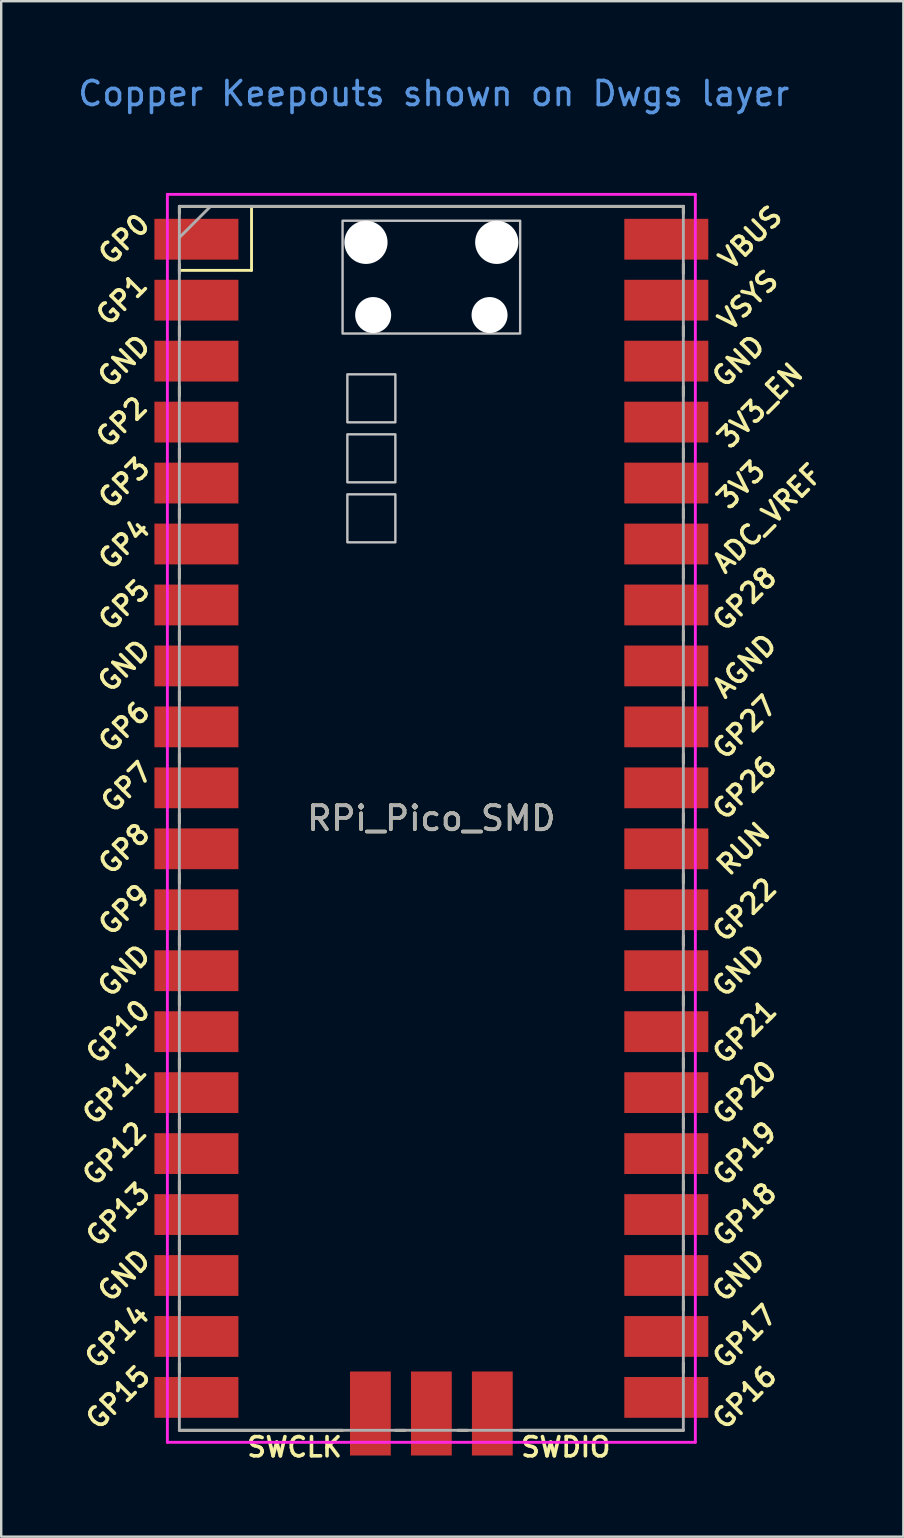
<source format=kicad_pcb>
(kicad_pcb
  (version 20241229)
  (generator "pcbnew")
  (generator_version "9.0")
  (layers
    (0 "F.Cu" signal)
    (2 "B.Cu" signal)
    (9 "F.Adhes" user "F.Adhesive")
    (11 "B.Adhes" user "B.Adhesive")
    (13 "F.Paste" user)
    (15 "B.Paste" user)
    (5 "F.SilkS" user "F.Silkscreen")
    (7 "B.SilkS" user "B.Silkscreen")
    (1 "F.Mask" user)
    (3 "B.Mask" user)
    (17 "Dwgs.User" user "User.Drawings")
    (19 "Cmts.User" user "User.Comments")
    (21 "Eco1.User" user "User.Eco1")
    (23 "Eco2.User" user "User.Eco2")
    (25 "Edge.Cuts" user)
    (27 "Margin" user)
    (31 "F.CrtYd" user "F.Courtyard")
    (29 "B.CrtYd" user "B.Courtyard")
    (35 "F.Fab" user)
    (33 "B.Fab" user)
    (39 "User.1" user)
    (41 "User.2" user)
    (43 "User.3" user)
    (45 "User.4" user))
  (footprint "RPi_Pico_SMD"
    (layer "F.Cu")
    (at 14.924 31.048)
    (property "Reference" "RPi_Pico_SMD" (at 0 0 0) (layer "F.SilkS") (effects (font (size 1 1) (thickness 0.15))))
    (attr through_hole)
    (fp_line (start -10.5 -25.5) (end -10.5 -25.2) (stroke (width 0.12) (type solid)) (layer "F.SilkS"))
    (fp_line (start -10.5 -25.5) (end 10.5 -25.5) (stroke (width 0.12) (type solid)) (layer "F.SilkS"))
    (fp_line (start -10.5 -23.1) (end -10.5 -22.7) (stroke (width 0.12) (type solid)) (layer "F.SilkS"))
    (fp_line (start -10.5 -22.833) (end -7.493 -22.833) (stroke (width 0.12) (type solid)) (layer "F.SilkS"))
    (fp_line (start -10.5 -20.5) (end -10.5 -20.1) (stroke (width 0.12) (type solid)) (layer "F.SilkS"))
    (fp_line (start -10.5 -18) (end -10.5 -17.6) (stroke (width 0.12) (type solid)) (layer "F.SilkS"))
    (fp_line (start -10.5 -15.4) (end -10.5 -15) (stroke (width 0.12) (type solid)) (layer "F.SilkS"))
    (fp_line (start -10.5 -12.9) (end -10.5 -12.5) (stroke (width 0.12) (type solid)) (layer "F.SilkS"))
    (fp_line (start -10.5 -10.4) (end -10.5 -10) (stroke (width 0.12) (type solid)) (layer "F.SilkS"))
    (fp_line (start -10.5 -7.8) (end -10.5 -7.4) (stroke (width 0.12) (type solid)) (layer "F.SilkS"))
    (fp_line (start -10.5 -5.3) (end -10.5 -4.9) (stroke (width 0.12) (type solid)) (layer "F.SilkS"))
    (fp_line (start -10.5 -2.7) (end -10.5 -2.3) (stroke (width 0.12) (type solid)) (layer "F.SilkS"))
    (fp_line (start -10.5 -0.2) (end -10.5 0.2) (stroke (width 0.12) (type solid)) (layer "F.SilkS"))
    (fp_line (start -10.5 2.3) (end -10.5 2.7) (stroke (width 0.12) (type solid)) (layer "F.SilkS"))
    (fp_line (start -10.5 4.9) (end -10.5 5.3) (stroke (width 0.12) (type solid)) (layer "F.SilkS"))
    (fp_line (start -10.5 7.4) (end -10.5 7.8) (stroke (width 0.12) (type solid)) (layer "F.SilkS"))
    (fp_line (start -10.5 10) (end -10.5 10.4) (stroke (width 0.12) (type solid)) (layer "F.SilkS"))
    (fp_line (start -10.5 12.5) (end -10.5 12.9) (stroke (width 0.12) (type solid)) (layer "F.SilkS"))
    (fp_line (start -10.5 15.1) (end -10.5 15.5) (stroke (width 0.12) (type solid)) (layer "F.SilkS"))
    (fp_line (start -10.5 17.6) (end -10.5 18) (stroke (width 0.12) (type solid)) (layer "F.SilkS"))
    (fp_line (start -10.5 20.1) (end -10.5 20.5) (stroke (width 0.12) (type solid)) (layer "F.SilkS"))
    (fp_line (start -10.5 22.7) (end -10.5 23.1) (stroke (width 0.12) (type solid)) (layer "F.SilkS"))
    (fp_line (start -7.493 -22.833) (end -7.493 -25.5) (stroke (width 0.12) (type solid)) (layer "F.SilkS"))
    (fp_line (start -3.7 25.5) (end -10.5 25.5) (stroke (width 0.12) (type solid)) (layer "F.SilkS"))
    (fp_line (start -1.5 25.5) (end -1.1 25.5) (stroke (width 0.12) (type solid)) (layer "F.SilkS"))
    (fp_line (start 1.1 25.5) (end 1.5 25.5) (stroke (width 0.12) (type solid)) (layer "F.SilkS"))
    (fp_line (start 10.5 -25.5) (end 10.5 -25.2) (stroke (width 0.12) (type solid)) (layer "F.SilkS"))
    (fp_line (start 10.5 -23.1) (end 10.5 -22.7) (stroke (width 0.12) (type solid)) (layer "F.SilkS"))
    (fp_line (start 10.5 -20.5) (end 10.5 -20.1) (stroke (width 0.12) (type solid)) (layer "F.SilkS"))
    (fp_line (start 10.5 -18) (end 10.5 -17.6) (stroke (width 0.12) (type solid)) (layer "F.SilkS"))
    (fp_line (start 10.5 -15.4) (end 10.5 -15) (stroke (width 0.12) (type solid)) (layer "F.SilkS"))
    (fp_line (start 10.5 -12.9) (end 10.5 -12.5) (stroke (width 0.12) (type solid)) (layer "F.SilkS"))
    (fp_line (start 10.5 -10.4) (end 10.5 -10) (stroke (width 0.12) (type solid)) (layer "F.SilkS"))
    (fp_line (start 10.5 -7.8) (end 10.5 -7.4) (stroke (width 0.12) (type solid)) (layer "F.SilkS"))
    (fp_line (start 10.5 -5.3) (end 10.5 -4.9) (stroke (width 0.12) (type solid)) (layer "F.SilkS"))
    (fp_line (start 10.5 -2.7) (end 10.5 -2.3) (stroke (width 0.12) (type solid)) (layer "F.SilkS"))
    (fp_line (start 10.5 -0.2) (end 10.5 0.2) (stroke (width 0.12) (type solid)) (layer "F.SilkS"))
    (fp_line (start 10.5 2.3) (end 10.5 2.7) (stroke (width 0.12) (type solid)) (layer "F.SilkS"))
    (fp_line (start 10.5 4.9) (end 10.5 5.3) (stroke (width 0.12) (type solid)) (layer "F.SilkS"))
    (fp_line (start 10.5 7.4) (end 10.5 7.8) (stroke (width 0.12) (type solid)) (layer "F.SilkS"))
    (fp_line (start 10.5 10) (end 10.5 10.4) (stroke (width 0.12) (type solid)) (layer "F.SilkS"))
    (fp_line (start 10.5 12.5) (end 10.5 12.9) (stroke (width 0.12) (type solid)) (layer "F.SilkS"))
    (fp_line (start 10.5 15.1) (end 10.5 15.5) (stroke (width 0.12) (type solid)) (layer "F.SilkS"))
    (fp_line (start 10.5 17.6) (end 10.5 18) (stroke (width 0.12) (type solid)) (layer "F.SilkS"))
    (fp_line (start 10.5 20.1) (end 10.5 20.5) (stroke (width 0.12) (type solid)) (layer "F.SilkS"))
    (fp_line (start 10.5 22.7) (end 10.5 23.1) (stroke (width 0.12) (type solid)) (layer "F.SilkS"))
    (fp_line (start 10.5 25.5) (end 3.7 25.5) (stroke (width 0.12) (type solid)) (layer "F.SilkS"))
    (fp_poly (pts (xy -1.5 -16.5) (xy -3.5 -16.5) (xy -3.5 -18.5) (xy -1.5 -18.5)) (stroke (width 0.1) (type solid)) (fill no) (layer "Dwgs.User"))
    (fp_poly (pts (xy -1.5 -14) (xy -3.5 -14) (xy -3.5 -16) (xy -1.5 -16)) (stroke (width 0.1) (type solid)) (fill no) (layer "Dwgs.User"))
    (fp_poly (pts (xy -1.5 -11.5) (xy -3.5 -11.5) (xy -3.5 -13.5) (xy -1.5 -13.5)) (stroke (width 0.1) (type solid)) (fill no) (layer "Dwgs.User"))
    (fp_poly (pts (xy 3.7 -20.2) (xy -3.7 -20.2) (xy -3.7 -24.9) (xy 3.7 -24.9)) (stroke (width 0.1) (type solid)) (fill no) (layer "Dwgs.User"))
    (fp_line (start -11 -26) (end 11 -26) (stroke (width 0.12) (type solid)) (layer "F.CrtYd"))
    (fp_line (start -11 26) (end -11 -26) (stroke (width 0.12) (type solid)) (layer "F.CrtYd"))
    (fp_line (start 11 -26) (end 11 26) (stroke (width 0.12) (type solid)) (layer "F.CrtYd"))
    (fp_line (start 11 26) (end -11 26) (stroke (width 0.12) (type solid)) (layer "F.CrtYd"))
    (fp_line (start -10.5 -25.5) (end 10.5 -25.5) (stroke (width 0.12) (type solid)) (layer "F.Fab"))
    (fp_line (start -10.5 -24.2) (end -9.2 -25.5) (stroke (width 0.12) (type solid)) (layer "F.Fab"))
    (fp_line (start -10.5 25.5) (end -10.5 -25.5) (stroke (width 0.12) (type solid)) (layer "F.Fab"))
    (fp_line (start 10.5 -25.5) (end 10.5 25.5) (stroke (width 0.12) (type solid)) (layer "F.Fab"))
    (fp_line (start 10.5 25.5) (end -10.5 25.5) (stroke (width 0.12) (type solid)) (layer "F.Fab"))
    (fp_text user "GP7" (at -12.7 -1.3 45) (layer "F.SilkS") (effects (font (size 0.8 0.8) (thickness 0.15))))
    (fp_text user "GND" (at 12.8 19.05 45) (layer "F.SilkS") (effects (font (size 0.8 0.8) (thickness 0.15))))
    (fp_text user "GP15" (at -13.054 24.13 45) (layer "F.SilkS") (effects (font (size 0.8 0.8) (thickness 0.15))))
    (fp_text user "GP18" (at 13.054 16.51 45) (layer "F.SilkS") (effects (font (size 0.8 0.8) (thickness 0.15))))
    (fp_text user "GND" (at -12.8 -6.35 45) (layer "F.SilkS") (effects (font (size 0.8 0.8) (thickness 0.15))))
    (fp_text user "GP0" (at -12.8 -24.13 45) (layer "F.SilkS") (effects (font (size 0.8 0.8) (thickness 0.15))))
    (fp_text user "GP10" (at -13.054 8.89 45) (layer "F.SilkS") (effects (font (size 0.8 0.8) (thickness 0.15))))
    (fp_text user "3V3" (at 12.9 -13.9 45) (layer "F.SilkS") (effects (font (size 0.8 0.8) (thickness 0.15))))
    (fp_text user "GP3" (at -12.8 -13.97 45) (layer "F.SilkS") (effects (font (size 0.8 0.8) (thickness 0.15))))
    (fp_text user "ADC_VREF" (at 14 -12.5 45) (layer "F.SilkS") (effects (font (size 0.8 0.8) (thickness 0.15))))
    (fp_text user "GP21" (at 13.054 8.9 45) (layer "F.SilkS") (effects (font (size 0.8 0.8) (thickness 0.15))))
    (fp_text user "GP1" (at -12.9 -21.6 45) (layer "F.SilkS") (effects (font (size 0.8 0.8) (thickness 0.15))))
    (fp_text user "RUN" (at 13 1.27 45) (layer "F.SilkS") (effects (font (size 0.8 0.8) (thickness 0.15))))
    (fp_text user "GP8" (at -12.8 1.27 45) (layer "F.SilkS") (effects (font (size 0.8 0.8) (thickness 0.15))))
    (fp_text user "GP13" (at -13.054 16.51 45) (layer "F.SilkS") (effects (font (size 0.8 0.8) (thickness 0.15))))
    (fp_text user "SWDIO" (at 5.6 26.2 0) (layer "F.SilkS") (effects (font (size 0.8 0.8) (thickness 0.15))))
    (fp_text user "GP6" (at -12.8 -3.81 45) (layer "F.SilkS") (effects (font (size 0.8 0.8) (thickness 0.15))))
    (fp_text user "GP27" (at 13.054 -3.8 45) (layer "F.SilkS") (effects (font (size 0.8 0.8) (thickness 0.15))))
    (fp_text user "GND" (at 12.8 6.35 45) (layer "F.SilkS") (effects (font (size 0.8 0.8) (thickness 0.15))))
    (fp_text user "GP28" (at 13.054 -9.144 45) (layer "F.SilkS") (effects (font (size 0.8 0.8) (thickness 0.15))))
    (fp_text user "GP22" (at 13.054 3.81 45) (layer "F.SilkS") (effects (font (size 0.8 0.8) (thickness 0.15))))
    (fp_text user "GP26" (at 13.054 -1.27 45) (layer "F.SilkS") (effects (font (size 0.8 0.8) (thickness 0.15))))
    (fp_text user "GP5" (at -12.8 -8.89 45) (layer "F.SilkS") (effects (font (size 0.8 0.8) (thickness 0.15))))
    (fp_text user "GND" (at -12.8 6.35 45) (layer "F.SilkS") (effects (font (size 0.8 0.8) (thickness 0.15))))
    (fp_text user "GP11" (at -13.2 11.43 45) (layer "F.SilkS") (effects (font (size 0.8 0.8) (thickness 0.15))))
    (fp_text user "GP4" (at -12.8 -11.43 45) (layer "F.SilkS") (effects (font (size 0.8 0.8) (thickness 0.15))))
    (fp_text user "GP9" (at -12.8 3.81 45) (layer "F.SilkS") (effects (font (size 0.8 0.8) (thickness 0.15))))
    (fp_text user "GP2" (at -12.9 -16.51 45) (layer "F.SilkS") (effects (font (size 0.8 0.8) (thickness 0.15))))
    (fp_text user "3V3_EN" (at 13.7 -17.2 45) (layer "F.SilkS") (effects (font (size 0.8 0.8) (thickness 0.15))))
    (fp_text user "GND" (at -12.8 -19.05 45) (layer "F.SilkS") (effects (font (size 0.8 0.8) (thickness 0.15))))
    (fp_text user "GP16" (at 13.054 24.13 45) (layer "F.SilkS") (effects (font (size 0.8 0.8) (thickness 0.15))))
    (fp_text user "GP12" (at -13.2 13.97 45) (layer "F.SilkS") (effects (font (size 0.8 0.8) (thickness 0.15))))
    (fp_text user "GND" (at -12.8 19.05 45) (layer "F.SilkS") (effects (font (size 0.8 0.8) (thickness 0.15))))
    (fp_text user "SWCLK" (at -5.7 26.2 0) (layer "F.SilkS") (effects (font (size 0.8 0.8) (thickness 0.15))))
    (fp_text user "GP17" (at 13.054 21.59 45) (layer "F.SilkS") (effects (font (size 0.8 0.8) (thickness 0.15))))
    (fp_text user "VBUS" (at 13.3 -24.2 45) (layer "F.SilkS") (effects (font (size 0.8 0.8) (thickness 0.15))))
    (fp_text user "GP14" (at -13.1 21.59 45) (layer "F.SilkS") (effects (font (size 0.8 0.8) (thickness 0.15))))
    (fp_text user "GP19" (at 13.054 13.97 45) (layer "F.SilkS") (effects (font (size 0.8 0.8) (thickness 0.15))))
    (fp_text user "VSYS" (at 13.2 -21.59 45) (layer "F.SilkS") (effects (font (size 0.8 0.8) (thickness 0.15))))
    (fp_text user "GP20" (at 13.054 11.43 45) (layer "F.SilkS") (effects (font (size 0.8 0.8) (thickness 0.15))))
    (fp_text user "GND" (at 12.8 -19.05 45) (layer "F.SilkS") (effects (font (size 0.8 0.8) (thickness 0.15))))
    (fp_text user "AGND" (at 13.054 -6.35 45) (layer "F.SilkS") (effects (font (size 0.8 0.8) (thickness 0.15))))
    (fp_text user "Copper Keepouts shown on Dwgs layer" (at 0.1 -30.2 0) (layer "Cmts.User") (effects (font (size 1 1) (thickness 0.15))))
    (fp_text user "${REFERENCE}" (at 0 0 180) (layer "F.Fab") (effects (font (size 1 1) (thickness 0.15))))
    (pad "" np_thru_hole oval (at -2.725 -24) (size 1.8 1.8) (drill 1.8) (layers "*.Cu" "*.Mask"))
    (pad "" np_thru_hole oval (at -2.425 -20.97) (size 1.5 1.5) (drill 1.5) (layers "*.Cu" "*.Mask"))
    (pad "" np_thru_hole oval (at 2.425 -20.97) (size 1.5 1.5) (drill 1.5) (layers "*.Cu" "*.Mask"))
    (pad "" np_thru_hole oval (at 2.725 -24) (size 1.8 1.8) (drill 1.8) (layers "*.Cu" "*.Mask"))
    (pad "1" smd rect (at -8.89 -24.13) (size 3.5 1.7) (drill (offset -0.9 0)) (layers "F.Cu" "F.Mask"))
    (pad "2" smd rect (at -8.89 -21.59) (size 3.5 1.7) (drill (offset -0.9 0)) (layers "F.Cu" "F.Mask"))
    (pad "3" smd rect (at -8.89 -19.05) (size 3.5 1.7) (drill (offset -0.9 0)) (layers "F.Cu" "F.Mask"))
    (pad "4" smd rect (at -8.89 -16.51) (size 3.5 1.7) (drill (offset -0.9 0)) (layers "F.Cu" "F.Mask"))
    (pad "5" smd rect (at -8.89 -13.97) (size 3.5 1.7) (drill (offset -0.9 0)) (layers "F.Cu" "F.Mask"))
    (pad "6" smd rect (at -8.89 -11.43) (size 3.5 1.7) (drill (offset -0.9 0)) (layers "F.Cu" "F.Mask"))
    (pad "7" smd rect (at -8.89 -8.89) (size 3.5 1.7) (drill (offset -0.9 0)) (layers "F.Cu" "F.Mask"))
    (pad "8" smd rect (at -8.89 -6.35) (size 3.5 1.7) (drill (offset -0.9 0)) (layers "F.Cu" "F.Mask"))
    (pad "9" smd rect (at -8.89 -3.81) (size 3.5 1.7) (drill (offset -0.9 0)) (layers "F.Cu" "F.Mask"))
    (pad "10" smd rect (at -8.89 -1.27) (size 3.5 1.7) (drill (offset -0.9 0)) (layers "F.Cu" "F.Mask"))
    (pad "11" smd rect (at -8.89 1.27) (size 3.5 1.7) (drill (offset -0.9 0)) (layers "F.Cu" "F.Mask"))
    (pad "12" smd rect (at -8.89 3.81) (size 3.5 1.7) (drill (offset -0.9 0)) (layers "F.Cu" "F.Mask"))
    (pad "13" smd rect (at -8.89 6.35) (size 3.5 1.7) (drill (offset -0.9 0)) (layers "F.Cu" "F.Mask"))
    (pad "14" smd rect (at -8.89 8.89) (size 3.5 1.7) (drill (offset -0.9 0)) (layers "F.Cu" "F.Mask"))
    (pad "15" smd rect (at -8.89 11.43) (size 3.5 1.7) (drill (offset -0.9 0)) (layers "F.Cu" "F.Mask"))
    (pad "16" smd rect (at -8.89 13.97) (size 3.5 1.7) (drill (offset -0.9 0)) (layers "F.Cu" "F.Mask"))
    (pad "17" smd rect (at -8.89 16.51) (size 3.5 1.7) (drill (offset -0.9 0)) (layers "F.Cu" "F.Mask"))
    (pad "18" smd rect (at -8.89 19.05) (size 3.5 1.7) (drill (offset -0.9 0)) (layers "F.Cu" "F.Mask"))
    (pad "19" smd rect (at -8.89 21.59) (size 3.5 1.7) (drill (offset -0.9 0)) (layers "F.Cu" "F.Mask"))
    (pad "20" smd rect (at -8.89 24.13) (size 3.5 1.7) (drill (offset -0.9 0)) (layers "F.Cu" "F.Mask"))
    (pad "21" smd rect (at 8.89 24.13) (size 3.5 1.7) (drill (offset 0.9 0)) (layers "F.Cu" "F.Mask"))
    (pad "22" smd rect (at 8.89 21.59) (size 3.5 1.7) (drill (offset 0.9 0)) (layers "F.Cu" "F.Mask"))
    (pad "23" smd rect (at 8.89 19.05) (size 3.5 1.7) (drill (offset 0.9 0)) (layers "F.Cu" "F.Mask"))
    (pad "24" smd rect (at 8.89 16.51) (size 3.5 1.7) (drill (offset 0.9 0)) (layers "F.Cu" "F.Mask"))
    (pad "25" smd rect (at 8.89 13.97) (size 3.5 1.7) (drill (offset 0.9 0)) (layers "F.Cu" "F.Mask"))
    (pad "26" smd rect (at 8.89 11.43) (size 3.5 1.7) (drill (offset 0.9 0)) (layers "F.Cu" "F.Mask"))
    (pad "27" smd rect (at 8.89 8.89) (size 3.5 1.7) (drill (offset 0.9 0)) (layers "F.Cu" "F.Mask"))
    (pad "28" smd rect (at 8.89 6.35) (size 3.5 1.7) (drill (offset 0.9 0)) (layers "F.Cu" "F.Mask"))
    (pad "29" smd rect (at 8.89 3.81) (size 3.5 1.7) (drill (offset 0.9 0)) (layers "F.Cu" "F.Mask"))
    (pad "30" smd rect (at 8.89 1.27) (size 3.5 1.7) (drill (offset 0.9 0)) (layers "F.Cu" "F.Mask"))
    (pad "31" smd rect (at 8.89 -1.27) (size 3.5 1.7) (drill (offset 0.9 0)) (layers "F.Cu" "F.Mask"))
    (pad "32" smd rect (at 8.89 -3.81) (size 3.5 1.7) (drill (offset 0.9 0)) (layers "F.Cu" "F.Mask"))
    (pad "33" smd rect (at 8.89 -6.35) (size 3.5 1.7) (drill (offset 0.9 0)) (layers "F.Cu" "F.Mask"))
    (pad "34" smd rect (at 8.89 -8.89) (size 3.5 1.7) (drill (offset 0.9 0)) (layers "F.Cu" "F.Mask"))
    (pad "35" smd rect (at 8.89 -11.43) (size 3.5 1.7) (drill (offset 0.9 0)) (layers "F.Cu" "F.Mask"))
    (pad "36" smd rect (at 8.89 -13.97) (size 3.5 1.7) (drill (offset 0.9 0)) (layers "F.Cu" "F.Mask"))
    (pad "37" smd rect (at 8.89 -16.51) (size 3.5 1.7) (drill (offset 0.9 0)) (layers "F.Cu" "F.Mask"))
    (pad "38" smd rect (at 8.89 -19.05) (size 3.5 1.7) (drill (offset 0.9 0)) (layers "F.Cu" "F.Mask"))
    (pad "39" smd rect (at 8.89 -21.59) (size 3.5 1.7) (drill (offset 0.9 0)) (layers "F.Cu" "F.Mask"))
    (pad "40" smd rect (at 8.89 -24.13) (size 3.5 1.7) (drill (offset 0.9 0)) (layers "F.Cu" "F.Mask"))
    (pad "41" smd rect (at -2.54 23.9 90) (size 3.5 1.7) (drill (offset -0.9 0)) (layers "F.Cu" "F.Mask"))
    (pad "42" smd rect (at 0 23.9 90) (size 3.5 1.7) (drill (offset -0.9 0)) (layers "F.Cu" "F.Mask"))
    (pad "43" smd rect (at 2.54 23.9 90) (size 3.5 1.7) (drill (offset -0.9 0)) (layers "F.Cu" "F.Mask")))
  (gr_rect
    (start -3 -3)
    (end 34.591 60.98)
    (stroke (width 0.1) (type default))
    (fill no)
    (layer "Edge.Cuts")))
</source>
